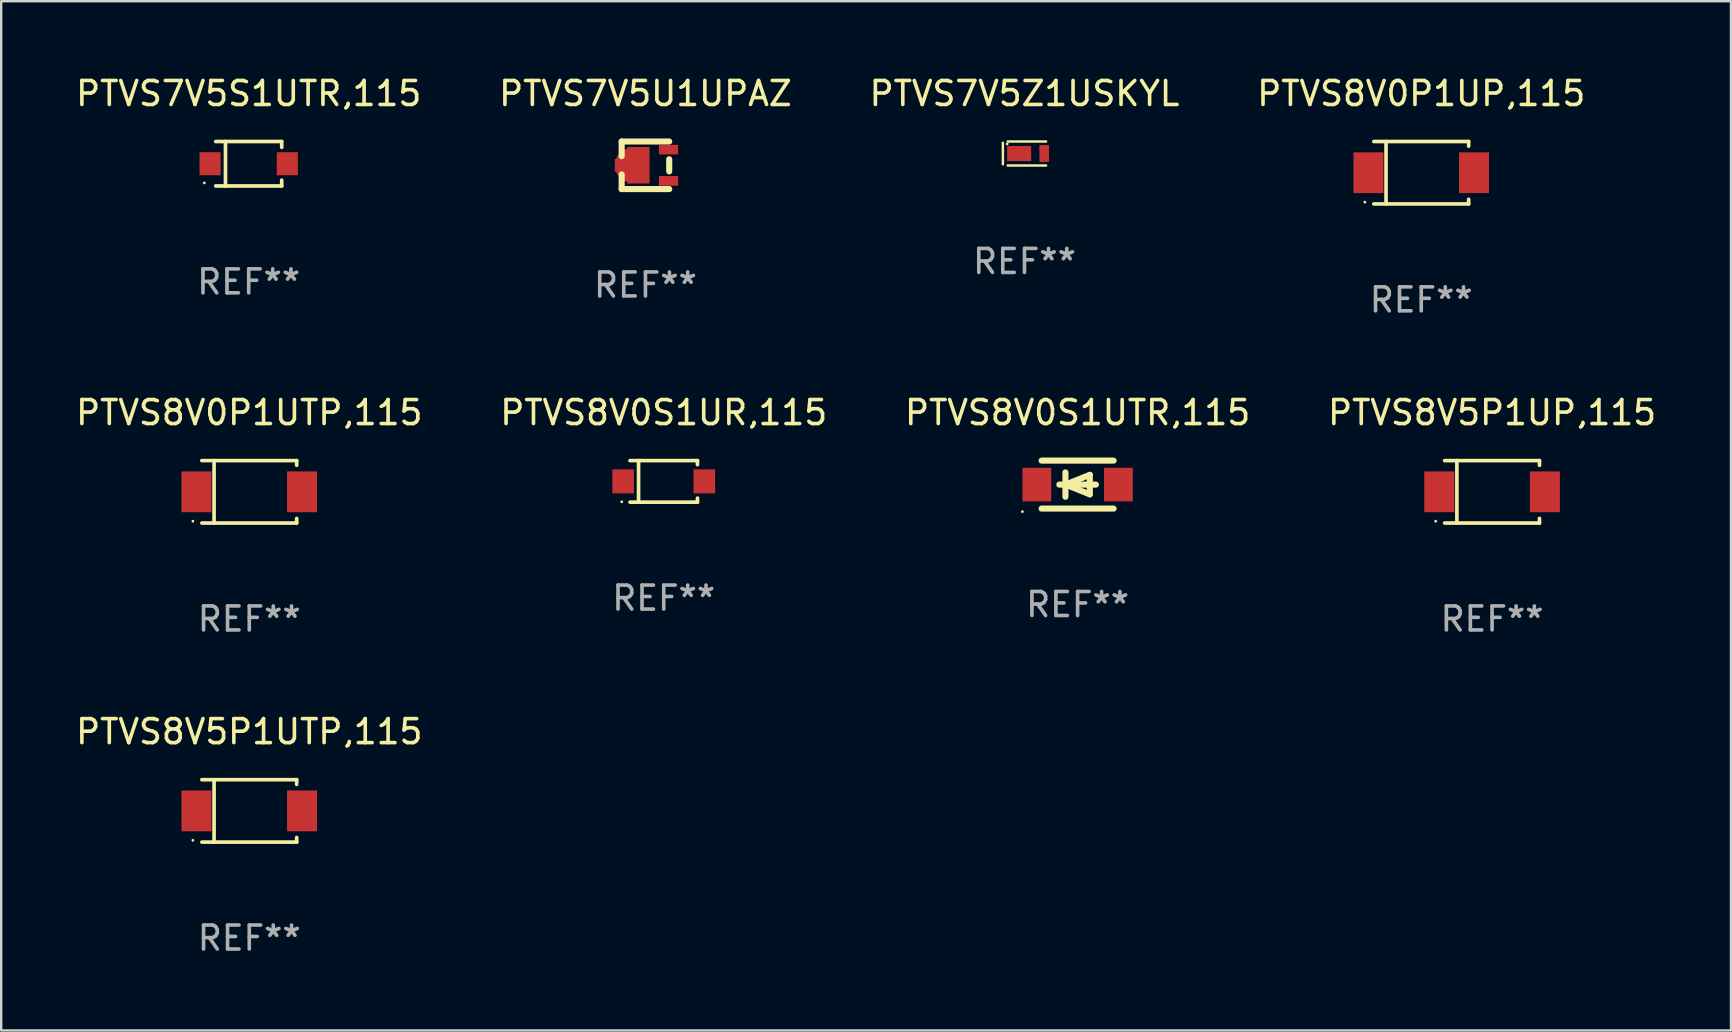
<source format=kicad_pcb>
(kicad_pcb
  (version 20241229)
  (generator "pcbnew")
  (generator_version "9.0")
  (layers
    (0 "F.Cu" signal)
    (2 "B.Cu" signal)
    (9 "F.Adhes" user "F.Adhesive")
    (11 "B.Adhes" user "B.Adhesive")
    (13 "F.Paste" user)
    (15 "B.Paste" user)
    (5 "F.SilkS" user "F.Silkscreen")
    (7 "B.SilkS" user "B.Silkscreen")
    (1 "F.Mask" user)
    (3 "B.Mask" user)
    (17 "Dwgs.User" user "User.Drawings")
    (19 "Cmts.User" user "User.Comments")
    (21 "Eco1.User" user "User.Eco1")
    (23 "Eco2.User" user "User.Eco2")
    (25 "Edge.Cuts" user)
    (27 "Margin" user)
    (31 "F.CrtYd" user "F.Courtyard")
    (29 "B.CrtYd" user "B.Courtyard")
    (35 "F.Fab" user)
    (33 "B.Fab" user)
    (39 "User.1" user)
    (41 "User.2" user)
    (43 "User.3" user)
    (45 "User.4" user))
  (footprint "PTVS8V0S1UTR,115"
    (layer "F.Cu")
    (at 41.863 17.147)
    (property "Reference" "PTVS8V0S1UTR,115" (at 0 -3 0) (layer "F.SilkS") (effects (font (size 1 1) (thickness 0.15))))
    (attr through_hole)
    (fp_line (start -1.5 -1) (end 1.5 -1) (stroke (width 0.254) (type solid)) (layer "F.SilkS"))
    (fp_line (start -1.5 1) (end 1.5 1) (stroke (width 0.254) (type solid)) (layer "F.SilkS"))
    (fp_line (start -0.762 0) (end 0.762 0) (stroke (width 0.254) (type solid)) (layer "F.SilkS"))
    (fp_line (start -0.508 -0.508) (end -0.508 0.508) (stroke (width 0.254) (type solid)) (layer "F.SilkS"))
    (fp_line (start -0.508 0) (end 0.508 -0.406) (stroke (width 0.254) (type solid)) (layer "F.SilkS"))
    (fp_line (start 0.508 -0.406) (end 0.508 0.406) (stroke (width 0.254) (type solid)) (layer "F.SilkS"))
    (fp_line (start 0.508 0.406) (end -0.508 0) (stroke (width 0.254) (type solid)) (layer "F.SilkS"))
    (fp_circle (center -2.3 1.127) (end -2.27 1.127) (stroke (width 0.06) (type solid)) (fill no) (layer "F.SilkS"))
    (fp_text user "REF**" (at 0 5 0) (layer "F.Fab") (effects (font (size 1 1) (thickness 0.15))))
    (pad "1" smd rect (at -1.7 0) (size 1.2 1.4) (layers "F.Cu" "F.Mask" "F.Paste"))
    (pad "2" smd rect (at 1.7 0) (size 1.2 1.4) (layers "F.Cu" "F.Mask" "F.Paste")))
  (footprint "PTVS8V5P1UTP,115"
    (layer "F.Cu")
    (at 7.339 30.747)
    (property "Reference" "PTVS8V5P1UTP,115" (at 0 -3.301 0) (layer "F.SilkS") (effects (font (size 1 1) (thickness 0.15))))
    (attr through_hole)
    (fp_line (start -1.976 -1.301) (end 1.976 -1.301) (stroke (width 0.152) (type solid)) (layer "F.SilkS"))
    (fp_line (start -1.976 1.301) (end 1.976 1.301) (stroke (width 0.152) (type solid)) (layer "F.SilkS"))
    (fp_line (start -1.467 -1.301) (end -1.467 1.301) (stroke (width 0.152) (type solid)) (layer "F.SilkS"))
    (fp_line (start 1.976 -1.301) (end 1.976 -1.108) (stroke (width 0.152) (type solid)) (layer "F.SilkS"))
    (fp_line (start 1.976 1.301) (end 1.976 1.108) (stroke (width 0.152) (type solid)) (layer "F.SilkS"))
    (fp_circle (center -2.35 1.225) (end -2.32 1.225) (stroke (width 0.06) (type solid)) (fill no) (layer "F.SilkS"))
    (fp_text user "REF**" (at 0 5.301 0) (layer "F.Fab") (effects (font (size 1 1) (thickness 0.15))))
    (pad "1" smd rect (at -2.2 0 180) (size 1.25 1.7) (layers "F.Cu" "F.Mask" "F.Paste"))
    (pad "2" smd rect (at 2.2 0 180) (size 1.25 1.7) (layers "F.Cu" "F.Mask" "F.Paste")))
  (footprint "PTVS8V5P1UP,115"
    (layer "F.Cu")
    (at 59.137 17.448)
    (property "Reference" "PTVS8V5P1UP,115" (at 0 -3.301 0) (layer "F.SilkS") (effects (font (size 1 1) (thickness 0.15))))
    (attr through_hole)
    (fp_line (start -1.976 -1.301) (end 1.976 -1.301) (stroke (width 0.152) (type solid)) (layer "F.SilkS"))
    (fp_line (start -1.976 1.301) (end 1.976 1.301) (stroke (width 0.152) (type solid)) (layer "F.SilkS"))
    (fp_line (start -1.467 -1.301) (end -1.467 1.301) (stroke (width 0.152) (type solid)) (layer "F.SilkS"))
    (fp_line (start 1.976 -1.301) (end 1.976 -1.108) (stroke (width 0.152) (type solid)) (layer "F.SilkS"))
    (fp_line (start 1.976 1.301) (end 1.976 1.108) (stroke (width 0.152) (type solid)) (layer "F.SilkS"))
    (fp_circle (center -2.35 1.225) (end -2.32 1.225) (stroke (width 0.06) (type solid)) (fill no) (layer "F.SilkS"))
    (fp_text user "REF**" (at 0 5.301 0) (layer "F.Fab") (effects (font (size 1 1) (thickness 0.15))))
    (pad "1" smd rect (at -2.2 0 180) (size 1.25 1.7) (layers "F.Cu" "F.Mask" "F.Paste"))
    (pad "2" smd rect (at 2.2 0 180) (size 1.25 1.7) (layers "F.Cu" "F.Mask" "F.Paste")))
  (footprint "PTVS8V0P1UP,115"
    (layer "F.Cu")
    (at 56.185 4.149)
    (property "Reference" "PTVS8V0P1UP,115" (at 0 -3.301 0) (layer "F.SilkS") (effects (font (size 1 1) (thickness 0.15))))
    (attr through_hole)
    (fp_line (start -1.976 -1.301) (end 1.976 -1.301) (stroke (width 0.152) (type solid)) (layer "F.SilkS"))
    (fp_line (start -1.976 1.301) (end 1.976 1.301) (stroke (width 0.152) (type solid)) (layer "F.SilkS"))
    (fp_line (start -1.467 -1.301) (end -1.467 1.301) (stroke (width 0.152) (type solid)) (layer "F.SilkS"))
    (fp_line (start 1.976 -1.301) (end 1.976 -1.108) (stroke (width 0.152) (type solid)) (layer "F.SilkS"))
    (fp_line (start 1.976 1.301) (end 1.976 1.108) (stroke (width 0.152) (type solid)) (layer "F.SilkS"))
    (fp_circle (center -2.35 1.225) (end -2.32 1.225) (stroke (width 0.06) (type solid)) (fill no) (layer "F.SilkS"))
    (fp_text user "REF**" (at 0 5.301 0) (layer "F.Fab") (effects (font (size 1 1) (thickness 0.15))))
    (pad "1" smd rect (at -2.2 0 180) (size 1.25 1.7) (layers "F.Cu" "F.Mask" "F.Paste"))
    (pad "2" smd rect (at 2.2 0 180) (size 1.25 1.7) (layers "F.Cu" "F.Mask" "F.Paste")))
  (footprint "PTVS7V5Z1USKYL"
    (layer "F.Cu")
    (at 39.649 3.348)
    (property "Reference" "PTVS7V5Z1USKYL" (at 0 -2.5 0) (layer "F.SilkS") (effects (font (size 1 1) (thickness 0.15))))
    (attr through_hole)
    (fp_line (start -0.9 -0.45) (end -0.9 0.45) (stroke (width 0.102) (type solid)) (layer "F.SilkS"))
    (fp_line (start -0.7 -0.5) (end 0.9 -0.5) (stroke (width 0.102) (type solid)) (layer "F.SilkS"))
    (fp_line (start -0.7 0.5) (end 0.9 0.5) (stroke (width 0.102) (type solid)) (layer "F.SilkS"))
    (fp_circle (center -0.722 -0.4) (end -0.692 -0.4) (stroke (width 0.06) (type solid)) (fill no) (layer "F.SilkS"))
    (fp_text user "REF**" (at 0 4.5 0) (layer "F.Fab") (effects (font (size 1 1) (thickness 0.15))))
    (pad "1" smd rect (at -0.222 -0.000025 180) (size 1 0.63) (layers "F.Cu" "F.Mask" "F.Paste"))
    (pad "2" smd rect (at 0.822 -0.000025 180) (size 0.4 0.7) (layers "F.Cu" "F.Mask" "F.Paste")))
  (footprint "PTVS7V5S1UTR,115"
    (layer "F.Cu")
    (at 7.315 3.774)
    (property "Reference" "PTVS7V5S1UTR,115" (at 0 -2.926 0) (layer "F.SilkS") (effects (font (size 1 1) (thickness 0.15))))
    (attr through_hole)
    (fp_line (start -1.376 -0.926) (end 1.376 -0.926) (stroke (width 0.152) (type solid)) (layer "F.SilkS"))
    (fp_line (start -1.376 0.926) (end 1.376 0.926) (stroke (width 0.152) (type solid)) (layer "F.SilkS"))
    (fp_line (start -0.967 -0.926) (end -0.967 0.926) (stroke (width 0.152) (type solid)) (layer "F.SilkS"))
    (fp_line (start 1.376 -0.926) (end 1.376 -0.683) (stroke (width 0.152) (type solid)) (layer "F.SilkS"))
    (fp_line (start 1.376 0.926) (end 1.376 0.683) (stroke (width 0.152) (type solid)) (layer "F.SilkS"))
    (fp_circle (center -1.85 0.8) (end -1.82 0.8) (stroke (width 0.06) (type solid)) (fill no) (layer "F.SilkS"))
    (fp_text user "REF**" (at 0 4.926 0) (layer "F.Fab") (effects (font (size 1 1) (thickness 0.15))))
    (pad "1" smd rect (at -1.61 0) (size 0.88 0.96) (layers "F.Cu" "F.Mask" "F.Paste"))
    (pad "2" smd rect (at 1.61 0) (size 0.88 0.96) (layers "F.Cu" "F.Mask" "F.Paste")))
  (footprint "PTVS7V5U1UPAZ"
    (layer "F.Cu")
    (at 23.851 3.839)
    (property "Reference" "PTVS7V5U1UPAZ" (at 0 -2.991 0) (layer "F.SilkS") (effects (font (size 1 1) (thickness 0.15))))
    (attr through_hole)
    (fp_line (start -0.991 -0.991) (end -0.991 -0.381) (stroke (width 0.254) (type solid)) (layer "F.SilkS"))
    (fp_line (start -0.991 0.381) (end -0.991 0.991) (stroke (width 0.254) (type solid)) (layer "F.SilkS"))
    (fp_line (start -0.991 0.991) (end 0.991 0.991) (stroke (width 0.254) (type solid)) (layer "F.SilkS"))
    (fp_line (start 0.991 -0.991) (end -0.991 -0.991) (stroke (width 0.254) (type solid)) (layer "F.SilkS"))
    (fp_line (start 0.991 -0.254) (end 0.991 0.254) (stroke (width 0.254) (type solid)) (layer "F.SilkS"))
    (fp_circle (center 1.054 0.999) (end 1.084 0.999) (stroke (width 0.06) (type solid)) (fill no) (layer "F.SilkS"))
    (fp_text user "REF**" (at 0 4.991 0) (layer "F.Fab") (effects (font (size 1 1) (thickness 0.15))))
    (pad "1" smd rect (at 0.962 0.649 270) (size 0.399 0.8) (layers "F.Cu" "F.Mask" "F.Paste"))
    (pad "2" smd rect (at 0.962 -0.651 270) (size 0.399 0.8) (layers "F.Cu" "F.Mask" "F.Paste"))
    (pad "3" smd custom (at -0.553 -0.001) (size 1.45 1.52) (layers "F.Cu" "F.Mask" "F.Paste") (options (anchor circle)) (primitives (gr_poly (pts (xy -0.725 -0.26) (xy -0.225 -0.26) (xy -0.215 -0.26) (xy -0.215 -0.76) (xy 0.725 -0.76) (xy 0.725 0.75) (xy 0.725 0.76) (xy -0.205 0.76) (xy -0.215 0.76) (xy -0.215 0.75) (xy -0.215 0.26) (xy -0.725 0.26)) (width 0) (fill yes)))))
  (footprint "PTVS8V0P1UTP,115"
    (layer "F.Cu")
    (at 7.339 17.448)
    (property "Reference" "PTVS8V0P1UTP,115" (at 0 -3.301 0) (layer "F.SilkS") (effects (font (size 1 1) (thickness 0.15))))
    (attr through_hole)
    (fp_line (start -1.976 -1.301) (end 1.976 -1.301) (stroke (width 0.152) (type solid)) (layer "F.SilkS"))
    (fp_line (start -1.976 1.301) (end 1.976 1.301) (stroke (width 0.152) (type solid)) (layer "F.SilkS"))
    (fp_line (start -1.467 -1.301) (end -1.467 1.301) (stroke (width 0.152) (type solid)) (layer "F.SilkS"))
    (fp_line (start 1.976 -1.301) (end 1.976 -1.108) (stroke (width 0.152) (type solid)) (layer "F.SilkS"))
    (fp_line (start 1.976 1.301) (end 1.976 1.108) (stroke (width 0.152) (type solid)) (layer "F.SilkS"))
    (fp_circle (center -2.35 1.225) (end -2.32 1.225) (stroke (width 0.06) (type solid)) (fill no) (layer "F.SilkS"))
    (fp_text user "REF**" (at 0 5.301 0) (layer "F.Fab") (effects (font (size 1 1) (thickness 0.15))))
    (pad "1" smd rect (at -2.2 0 180) (size 1.25 1.7) (layers "F.Cu" "F.Mask" "F.Paste"))
    (pad "2" smd rect (at 2.2 0 180) (size 1.25 1.7) (layers "F.Cu" "F.Mask" "F.Paste")))
  (footprint "PTVS8V0S1UR,115"
    (layer "F.Cu")
    (at 24.613 17.013)
    (property "Reference" "PTVS8V0S1UR,115" (at 0 -2.866 0) (layer "F.SilkS") (effects (font (size 1 1) (thickness 0.15))))
    (attr through_hole)
    (fp_line (start -1.406 -0.866) (end 1.406 -0.866) (stroke (width 0.152) (type solid)) (layer "F.SilkS"))
    (fp_line (start -1.406 0.866) (end 1.406 0.866) (stroke (width 0.152) (type solid)) (layer "F.SilkS"))
    (fp_line (start -1.049 -0.866) (end -1.049 0.866) (stroke (width 0.152) (type solid)) (layer "F.SilkS"))
    (fp_line (start 1.406 -0.866) (end 1.406 -0.698) (stroke (width 0.152) (type solid)) (layer "F.SilkS"))
    (fp_line (start 1.406 0.866) (end 1.406 0.698) (stroke (width 0.152) (type solid)) (layer "F.SilkS"))
    (fp_circle (center -1.75 0.85) (end -1.72 0.85) (stroke (width 0.06) (type solid)) (fill no) (layer "F.SilkS"))
    (fp_text user "REF**" (at 0 4.866 0) (layer "F.Fab") (effects (font (size 1 1) (thickness 0.15))))
    (pad "1" smd rect (at -1.692 0) (size 0.9 1) (layers "F.Cu" "F.Mask" "F.Paste"))
    (pad "2" smd rect (at 1.692 0) (size 0.9 1) (layers "F.Cu" "F.Mask" "F.Paste")))
  (gr_rect
    (start -3 -3)
    (end 69.095 39.897)
    (stroke (width 0.1) (type default))
    (fill no)
    (layer "Edge.Cuts")))
</source>
